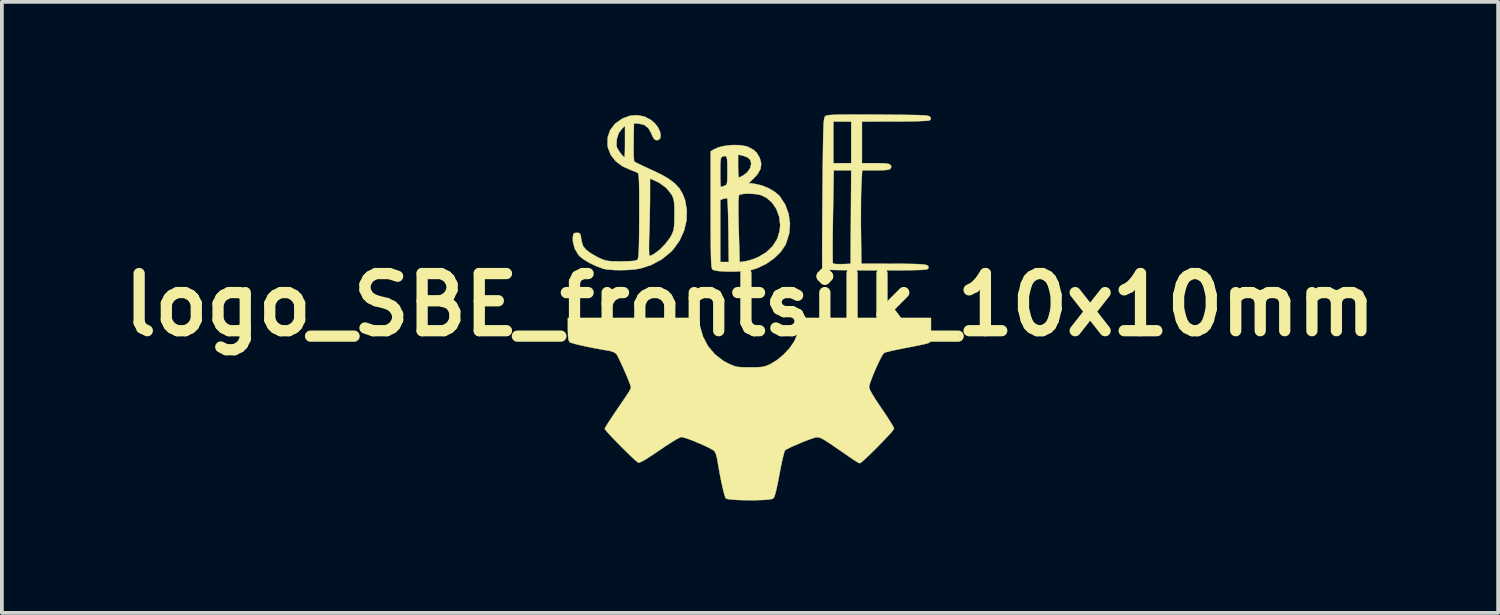
<source format=kicad_pcb>
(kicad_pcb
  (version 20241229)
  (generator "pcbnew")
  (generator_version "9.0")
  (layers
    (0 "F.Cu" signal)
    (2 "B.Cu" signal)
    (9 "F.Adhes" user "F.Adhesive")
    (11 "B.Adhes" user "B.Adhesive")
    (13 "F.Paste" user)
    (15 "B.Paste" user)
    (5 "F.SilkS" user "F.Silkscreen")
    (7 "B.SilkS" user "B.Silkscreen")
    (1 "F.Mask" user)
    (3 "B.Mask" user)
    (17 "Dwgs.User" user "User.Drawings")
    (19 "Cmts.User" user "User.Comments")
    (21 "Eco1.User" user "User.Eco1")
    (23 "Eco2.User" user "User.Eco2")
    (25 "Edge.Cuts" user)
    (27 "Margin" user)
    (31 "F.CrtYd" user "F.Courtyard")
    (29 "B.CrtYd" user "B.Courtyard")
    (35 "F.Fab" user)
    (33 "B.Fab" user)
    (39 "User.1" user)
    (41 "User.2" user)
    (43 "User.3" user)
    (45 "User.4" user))
  (footprint "logo_SBE_frontsilk_10x10mm"
    (layer "F.Cu")
    (at 16.953 5.08)
    (property "Reference" "logo_SBE_frontsilk_10x10mm" (at 0 0 0) (layer "F.SilkS") (effects (font (size 1.524 1.524) (thickness 0.3))))
    (attr through_hole)
    (fp_poly (pts (xy 3.025 -5.074) (xy 3.349 -5.073) (xy 3.424 -5.072) (xy 3.753 -5.07) (xy 4.024 -5.068) (xy 4.243 -5.065) (xy 4.416 -5.062) (xy 4.548 -5.058) (xy 4.646 -5.053) (xy 4.714 -5.046) (xy 4.759 -5.037) (xy 4.787 -5.027) (xy 4.802 -5.014) (xy 4.807 -5.008) (xy 4.824 -4.955) (xy 4.794 -4.921) (xy 4.75 -4.912) (xy 4.65 -4.905) (xy 4.501 -4.899) (xy 4.312 -4.894) (xy 4.089 -4.891) (xy 3.866 -4.89) (xy 2.985 -4.889) (xy 2.985 -3.778) (xy 3.346 -3.778) (xy 3.513 -3.776) (xy 3.627 -3.77) (xy 3.699 -3.757) (xy 3.739 -3.738) (xy 3.747 -3.731) (xy 3.77 -3.68) (xy 3.747 -3.635) (xy 3.714 -3.613) (xy 3.652 -3.599) (xy 3.551 -3.591) (xy 3.399 -3.588) (xy 3.349 -3.588) (xy 2.991 -3.588) (xy 2.97 -3.199) (xy 2.964 -3.057) (xy 2.96 -2.866) (xy 2.958 -2.639) (xy 2.957 -2.391) (xy 2.957 -2.135) (xy 2.959 -1.953) (xy 2.969 -1.097) (xy 3.833 -1.095) (xy 4.106 -1.094) (xy 4.322 -1.091) (xy 4.487 -1.086) (xy 4.607 -1.078) (xy 4.687 -1.066) (xy 4.736 -1.049) (xy 4.758 -1.026) (xy 4.76 -0.997) (xy 4.752 -0.971) (xy 4.742 -0.958) (xy 4.718 -0.949) (xy 4.674 -0.941) (xy 4.606 -0.934) (xy 4.508 -0.929) (xy 4.374 -0.926) (xy 4.198 -0.923) (xy 3.976 -0.922) (xy 3.703 -0.921) (xy 3.371 -0.921) (xy 3.337 -0.921) (xy 3.045 -0.921) (xy 2.774 -0.923) (xy 2.529 -0.925) (xy 2.317 -0.928) (xy 2.145 -0.932) (xy 2.019 -0.936) (xy 1.945 -0.941) (xy 1.928 -0.945) (xy 1.926 -0.98) (xy 1.925 -1.073) (xy 1.924 -1.219) (xy 1.924 -1.412) (xy 1.924 -1.415) (xy 2.203 -1.415) (xy 2.204 -1.263) (xy 2.206 -1.158) (xy 2.209 -1.109) (xy 2.21 -1.106) (xy 2.248 -1.093) (xy 2.332 -1.086) (xy 2.445 -1.086) (xy 2.455 -1.086) (xy 2.683 -1.095) (xy 2.699 -3.588) (xy 2.466 -3.588) (xy 2.233 -3.588) (xy 2.212 -2.362) (xy 2.208 -2.088) (xy 2.205 -1.835) (xy 2.203 -1.608) (xy 2.203 -1.415) (xy 1.924 -1.415) (xy 1.925 -1.647) (xy 1.926 -1.918) (xy 1.928 -2.22) (xy 1.93 -2.548) (xy 1.933 -2.895) (xy 1.934 -2.979) (xy 1.938 -3.386) (xy 1.941 -3.734) (xy 1.945 -4.029) (xy 1.948 -4.273) (xy 1.952 -4.474) (xy 1.956 -4.634) (xy 1.96 -4.759) (xy 1.965 -4.853) (xy 1.969 -4.889) (xy 2.223 -4.889) (xy 2.223 -3.778) (xy 2.699 -3.778) (xy 2.699 -4.889) (xy 2.223 -4.889) (xy 1.969 -4.889) (xy 1.972 -4.922) (xy 1.979 -4.969) (xy 1.988 -5) (xy 1.998 -5.02) (xy 2.01 -5.032) (xy 2.015 -5.035) (xy 2.039 -5.047) (xy 2.081 -5.056) (xy 2.147 -5.063) (xy 2.242 -5.068) (xy 2.372 -5.072) (xy 2.542 -5.074) (xy 2.758 -5.075) (xy 3.025 -5.074)) (stroke (width 0.01) (type solid)) (fill yes) (layer "F.SilkS"))
    (fp_poly (pts (xy -0.281 -4.259) (xy -0.114 -4.232) (xy -0.049 -4.21) (xy 0.087 -4.139) (xy 0.18 -4.053) (xy 0.253 -3.929) (xy 0.26 -3.914) (xy 0.299 -3.767) (xy 0.281 -3.627) (xy 0.202 -3.487) (xy 0.108 -3.383) (xy -0.035 -3.246) (xy 0.141 -3.224) (xy 0.315 -3.184) (xy 0.495 -3.111) (xy 0.657 -3.016) (xy 0.781 -2.91) (xy 0.794 -2.895) (xy 0.939 -2.672) (xy 1.03 -2.424) (xy 1.065 -2.164) (xy 1.044 -1.901) (xy 0.964 -1.646) (xy 0.937 -1.588) (xy 0.814 -1.407) (xy 0.642 -1.24) (xy 0.433 -1.094) (xy 0.201 -0.982) (xy 0.053 -0.933) (xy -0.059 -0.912) (xy -0.204 -0.898) (xy -0.368 -0.889) (xy -0.538 -0.887) (xy -0.699 -0.891) (xy -0.839 -0.901) (xy -0.943 -0.917) (xy -0.998 -0.939) (xy -0.998 -0.939) (xy -1.009 -0.956) (xy -1.019 -0.987) (xy -1.027 -1.035) (xy -1.033 -1.108) (xy -1.038 -1.209) (xy -1.042 -1.345) (xy -1.045 -1.52) (xy -1.046 -1.739) (xy -1.047 -2.009) (xy -1.048 -2.334) (xy -1.048 -2.542) (xy -1.048 -2.796) (xy -0.794 -2.796) (xy -0.794 -1.143) (xy -0.565 -1.143) (xy -0.576 -1.982) (xy -0.58 -2.206) (xy -0.584 -2.41) (xy -0.59 -2.583) (xy -0.594 -2.687) (xy -0.311 -2.687) (xy -0.311 -2.506) (xy -0.307 -2.268) (xy -0.301 -2.018) (xy -0.277 -1.14) (xy -0.131 -1.16) (xy -0.021 -1.185) (xy 0.111 -1.229) (xy 0.211 -1.27) (xy 0.433 -1.401) (xy 0.606 -1.567) (xy 0.728 -1.763) (xy 0.793 -1.984) (xy 0.805 -2.127) (xy 0.778 -2.351) (xy 0.704 -2.554) (xy 0.588 -2.726) (xy 0.436 -2.857) (xy 0.298 -2.924) (xy 0.201 -2.947) (xy 0.078 -2.96) (xy -0.051 -2.965) (xy -0.169 -2.96) (xy -0.256 -2.946) (xy -0.289 -2.93) (xy -0.3 -2.896) (xy -0.307 -2.816) (xy -0.311 -2.687) (xy -0.594 -2.687) (xy -0.596 -2.718) (xy -0.601 -2.807) (xy -0.607 -2.84) (xy -0.647 -2.844) (xy -0.71 -2.827) (xy -0.794 -2.796) (xy -1.048 -2.796) (xy -1.048 -3.537) (xy -0.794 -3.537) (xy -0.793 -3.387) (xy -0.79 -3.264) (xy -0.786 -3.178) (xy -0.78 -3.144) (xy -0.78 -3.143) (xy -0.743 -3.153) (xy -0.685 -3.174) (xy -0.65 -3.189) (xy -0.627 -3.21) (xy -0.613 -3.25) (xy -0.606 -3.318) (xy -0.604 -3.428) (xy -0.603 -3.587) (xy -0.604 -3.701) (xy -0.318 -3.701) (xy -0.316 -3.571) (xy -0.311 -3.469) (xy -0.305 -3.408) (xy -0.3 -3.397) (xy -0.262 -3.41) (xy -0.195 -3.442) (xy -0.192 -3.444) (xy -0.073 -3.533) (xy 0.005 -3.648) (xy 0.032 -3.766) (xy 0.01 -3.862) (xy -0.061 -3.931) (xy -0.186 -3.978) (xy -0.214 -3.984) (xy -0.318 -4.006) (xy -0.318 -3.701) (xy -0.604 -3.701) (xy -0.604 -3.755) (xy -0.61 -3.869) (xy -0.623 -3.937) (xy -0.647 -3.967) (xy -0.686 -3.968) (xy -0.743 -3.95) (xy -0.744 -3.949) (xy -0.765 -3.932) (xy -0.779 -3.892) (xy -0.788 -3.819) (xy -0.793 -3.702) (xy -0.794 -3.537) (xy -1.048 -3.537) (xy -1.048 -4.094) (xy -0.976 -4.14) (xy -0.841 -4.201) (xy -0.665 -4.242) (xy -0.471 -4.262) (xy -0.281 -4.259)) (stroke (width 0.01) (type solid)) (fill yes) (layer "F.SilkS"))
    (fp_poly (pts (xy -2.816 -5.021) (xy -2.638 -4.928) (xy -2.534 -4.837) (xy -2.452 -4.729) (xy -2.401 -4.618) (xy -2.382 -4.516) (xy -2.398 -4.437) (xy -2.448 -4.396) (xy -2.51 -4.391) (xy -2.561 -4.428) (xy -2.609 -4.513) (xy -2.634 -4.577) (xy -2.712 -4.715) (xy -2.825 -4.801) (xy -2.969 -4.834) (xy -3.096 -4.842) (xy -3.104 -4.35) (xy -3.105 -4.178) (xy -3.103 -4.028) (xy -3.099 -3.912) (xy -3.092 -3.841) (xy -3.088 -3.825) (xy -3.051 -3.801) (xy -2.968 -3.758) (xy -2.848 -3.7) (xy -2.703 -3.633) (xy -2.637 -3.604) (xy -2.375 -3.48) (xy -2.168 -3.361) (xy -2.008 -3.24) (xy -1.887 -3.11) (xy -1.799 -2.965) (xy -1.735 -2.798) (xy -1.733 -2.792) (xy -1.685 -2.524) (xy -1.695 -2.248) (xy -1.76 -1.975) (xy -1.877 -1.717) (xy -2.043 -1.484) (xy -2.11 -1.412) (xy -2.354 -1.213) (xy -2.637 -1.062) (xy -2.923 -0.97) (xy -3.066 -0.946) (xy -3.243 -0.931) (xy -3.435 -0.925) (xy -3.622 -0.928) (xy -3.786 -0.94) (xy -3.909 -0.961) (xy -3.921 -0.965) (xy -4.104 -1.033) (xy -4.279 -1.117) (xy -4.431 -1.208) (xy -4.544 -1.297) (xy -4.571 -1.326) (xy -4.675 -1.499) (xy -4.724 -1.692) (xy -4.725 -1.804) (xy -4.713 -1.881) (xy -4.684 -1.914) (xy -4.621 -1.921) (xy -4.62 -1.921) (xy -4.561 -1.916) (xy -4.53 -1.889) (xy -4.512 -1.824) (xy -4.504 -1.774) (xy -4.484 -1.67) (xy -4.457 -1.582) (xy -4.448 -1.561) (xy -4.373 -1.471) (xy -4.245 -1.373) (xy -4.072 -1.275) (xy -4.015 -1.247) (xy -3.929 -1.209) (xy -3.852 -1.184) (xy -3.769 -1.169) (xy -3.663 -1.161) (xy -3.516 -1.159) (xy -3.442 -1.159) (xy -3.249 -1.162) (xy -3.115 -1.171) (xy -3.034 -1.187) (xy -3.008 -1.2) (xy -2.995 -1.218) (xy -2.984 -1.251) (xy -2.975 -1.305) (xy -2.969 -1.387) (xy -2.964 -1.503) (xy -2.964 -1.513) (xy -2.695 -1.513) (xy -2.693 -1.391) (xy -2.687 -1.319) (xy -2.68 -1.302) (xy -2.636 -1.317) (xy -2.564 -1.355) (xy -2.546 -1.366) (xy -2.409 -1.47) (xy -2.271 -1.61) (xy -2.152 -1.762) (xy -2.09 -1.865) (xy -2.059 -1.937) (xy -2.037 -2.007) (xy -2.025 -2.093) (xy -2.018 -2.208) (xy -2.016 -2.367) (xy -2.016 -2.413) (xy -2.017 -2.581) (xy -2.021 -2.7) (xy -2.031 -2.785) (xy -2.048 -2.85) (xy -2.076 -2.91) (xy -2.101 -2.955) (xy -2.233 -3.118) (xy -2.417 -3.253) (xy -2.548 -3.317) (xy -2.667 -3.366) (xy -2.667 -2.911) (xy -2.668 -2.716) (xy -2.672 -2.481) (xy -2.677 -2.231) (xy -2.684 -1.989) (xy -2.688 -1.878) (xy -2.694 -1.678) (xy -2.695 -1.513) (xy -2.964 -1.513) (xy -2.96 -1.659) (xy -2.957 -1.861) (xy -2.956 -2.116) (xy -2.954 -2.362) (xy -2.954 -2.672) (xy -2.954 -2.924) (xy -2.956 -3.123) (xy -2.96 -3.275) (xy -2.965 -3.385) (xy -2.973 -3.459) (xy -2.982 -3.5) (xy -2.991 -3.515) (xy -3.044 -3.543) (xy -3.133 -3.579) (xy -3.182 -3.597) (xy -3.405 -3.697) (xy -3.583 -3.832) (xy -3.712 -3.996) (xy -3.787 -4.185) (xy -3.795 -4.232) (xy -3.561 -4.232) (xy -3.541 -4.179) (xy -3.496 -4.104) (xy -3.439 -4.026) (xy -3.385 -3.964) (xy -3.348 -3.937) (xy -3.346 -3.937) (xy -3.342 -3.967) (xy -3.338 -4.048) (xy -3.335 -4.17) (xy -3.334 -4.32) (xy -3.334 -4.355) (xy -3.334 -4.772) (xy -3.401 -4.712) (xy -3.503 -4.58) (xy -3.555 -4.412) (xy -3.561 -4.232) (xy -3.795 -4.232) (xy -3.8 -4.267) (xy -3.794 -4.476) (xy -3.729 -4.661) (xy -3.606 -4.821) (xy -3.587 -4.839) (xy -3.404 -4.968) (xy -3.208 -5.041) (xy -3.009 -5.059) (xy -2.816 -5.021)) (stroke (width 0.01) (type solid)) (fill yes) (layer "F.SilkS"))
    (fp_poly (pts (xy -1.337 0.562) (xy -1.254 0.849) (xy -1.119 1.104) (xy -0.936 1.321) (xy -0.71 1.495) (xy -0.582 1.564) (xy -0.483 1.609) (xy -0.402 1.638) (xy -0.32 1.656) (xy -0.218 1.664) (xy -0.08 1.667) (xy 0 1.667) (xy 0.162 1.666) (xy 0.279 1.66) (xy 0.366 1.648) (xy 0.442 1.625) (xy 0.525 1.589) (xy 0.556 1.574) (xy 0.729 1.467) (xy 0.902 1.321) (xy 1.056 1.155) (xy 1.172 0.988) (xy 1.187 0.96) (xy 1.237 0.839) (xy 1.282 0.691) (xy 1.308 0.573) (xy 1.346 0.349) (xy 4.826 0.349) (xy 4.826 0.663) (xy 4.822 0.837) (xy 4.81 0.95) (xy 4.789 1.005) (xy 4.786 1.008) (xy 4.743 1.024) (xy 4.649 1.048) (xy 4.513 1.078) (xy 4.348 1.111) (xy 4.191 1.141) (xy 4.007 1.177) (xy 3.842 1.211) (xy 3.707 1.242) (xy 3.614 1.267) (xy 3.576 1.282) (xy 3.54 1.326) (xy 3.489 1.416) (xy 3.428 1.539) (xy 3.362 1.681) (xy 3.299 1.829) (xy 3.243 1.97) (xy 3.2 2.089) (xy 3.178 2.174) (xy 3.175 2.195) (xy 3.195 2.26) (xy 3.254 2.372) (xy 3.352 2.531) (xy 3.488 2.734) (xy 3.508 2.764) (xy 3.614 2.92) (xy 3.706 3.062) (xy 3.779 3.178) (xy 3.826 3.261) (xy 3.842 3.3) (xy 3.82 3.337) (xy 3.761 3.408) (xy 3.672 3.506) (xy 3.563 3.622) (xy 3.442 3.747) (xy 3.317 3.873) (xy 3.196 3.992) (xy 3.088 4.094) (xy 3.002 4.171) (xy 2.946 4.216) (xy 2.931 4.223) (xy 2.917 4.221) (xy 2.896 4.213) (xy 2.862 4.194) (xy 2.809 4.161) (xy 2.73 4.108) (xy 2.619 4.033) (xy 2.468 3.929) (xy 2.272 3.795) (xy 2.261 3.787) (xy 2.104 3.68) (xy 1.989 3.607) (xy 1.905 3.56) (xy 1.844 3.537) (xy 1.794 3.53) (xy 1.768 3.532) (xy 1.697 3.551) (xy 1.587 3.589) (xy 1.453 3.64) (xy 1.31 3.699) (xy 1.171 3.758) (xy 1.052 3.814) (xy 0.967 3.858) (xy 0.932 3.881) (xy 0.915 3.924) (xy 0.889 4.019) (xy 0.857 4.155) (xy 0.822 4.323) (xy 0.785 4.512) (xy 0.783 4.523) (xy 0.74 4.75) (xy 0.704 4.92) (xy 0.673 5.041) (xy 0.647 5.119) (xy 0.622 5.16) (xy 0.616 5.166) (xy 0.561 5.183) (xy 0.457 5.196) (xy 0.316 5.205) (xy 0.15 5.21) (xy -0.027 5.211) (xy -0.203 5.208) (xy -0.365 5.202) (xy -0.502 5.191) (xy -0.599 5.178) (xy -0.645 5.161) (xy -0.666 5.114) (xy -0.696 5.015) (xy -0.73 4.874) (xy -0.768 4.7) (xy -0.807 4.505) (xy -0.844 4.297) (xy -0.877 4.102) (xy -0.902 4) (xy -0.939 3.917) (xy -0.949 3.901) (xy -0.999 3.865) (xy -1.094 3.813) (xy -1.22 3.752) (xy -1.364 3.689) (xy -1.51 3.628) (xy -1.646 3.576) (xy -1.756 3.54) (xy -1.827 3.524) (xy -1.832 3.524) (xy -1.88 3.542) (xy -1.972 3.591) (xy -2.097 3.667) (xy -2.247 3.764) (xy -2.412 3.876) (xy -2.622 4.018) (xy -2.783 4.121) (xy -2.896 4.184) (xy -2.963 4.21) (xy -2.976 4.209) (xy -3.016 4.182) (xy -3.089 4.118) (xy -3.188 4.026) (xy -3.303 3.914) (xy -3.426 3.792) (xy -3.55 3.667) (xy -3.664 3.548) (xy -3.761 3.444) (xy -3.833 3.364) (xy -3.87 3.315) (xy -3.874 3.306) (xy -3.866 3.284) (xy -3.841 3.24) (xy -3.797 3.168) (xy -3.729 3.064) (xy -3.636 2.924) (xy -3.513 2.742) (xy -3.358 2.515) (xy -3.281 2.401) (xy -3.223 2.311) (xy -3.185 2.236) (xy -3.175 2.203) (xy -3.188 2.152) (xy -3.222 2.058) (xy -3.273 1.933) (xy -3.333 1.792) (xy -3.397 1.647) (xy -3.46 1.511) (xy -3.514 1.4) (xy -3.555 1.325) (xy -3.57 1.304) (xy -3.634 1.262) (xy -3.729 1.23) (xy -3.756 1.225) (xy -3.957 1.191) (xy -4.159 1.154) (xy -4.351 1.115) (xy -4.523 1.078) (xy -4.664 1.043) (xy -4.764 1.014) (xy -4.813 0.993) (xy -4.814 0.992) (xy -4.837 0.944) (xy -4.851 0.85) (xy -4.857 0.703) (xy -4.858 0.649) (xy -4.858 0.349) (xy -1.376 0.349) (xy -1.337 0.562)) (stroke (width 0.01) (type solid)) (fill yes) (layer "F.SilkS")))
  (gr_rect
    (start -3 -3)
    (end 36.905 13.296)
    (stroke (width 0.1) (type default))
    (fill no)
    (layer "Edge.Cuts")))
</source>
